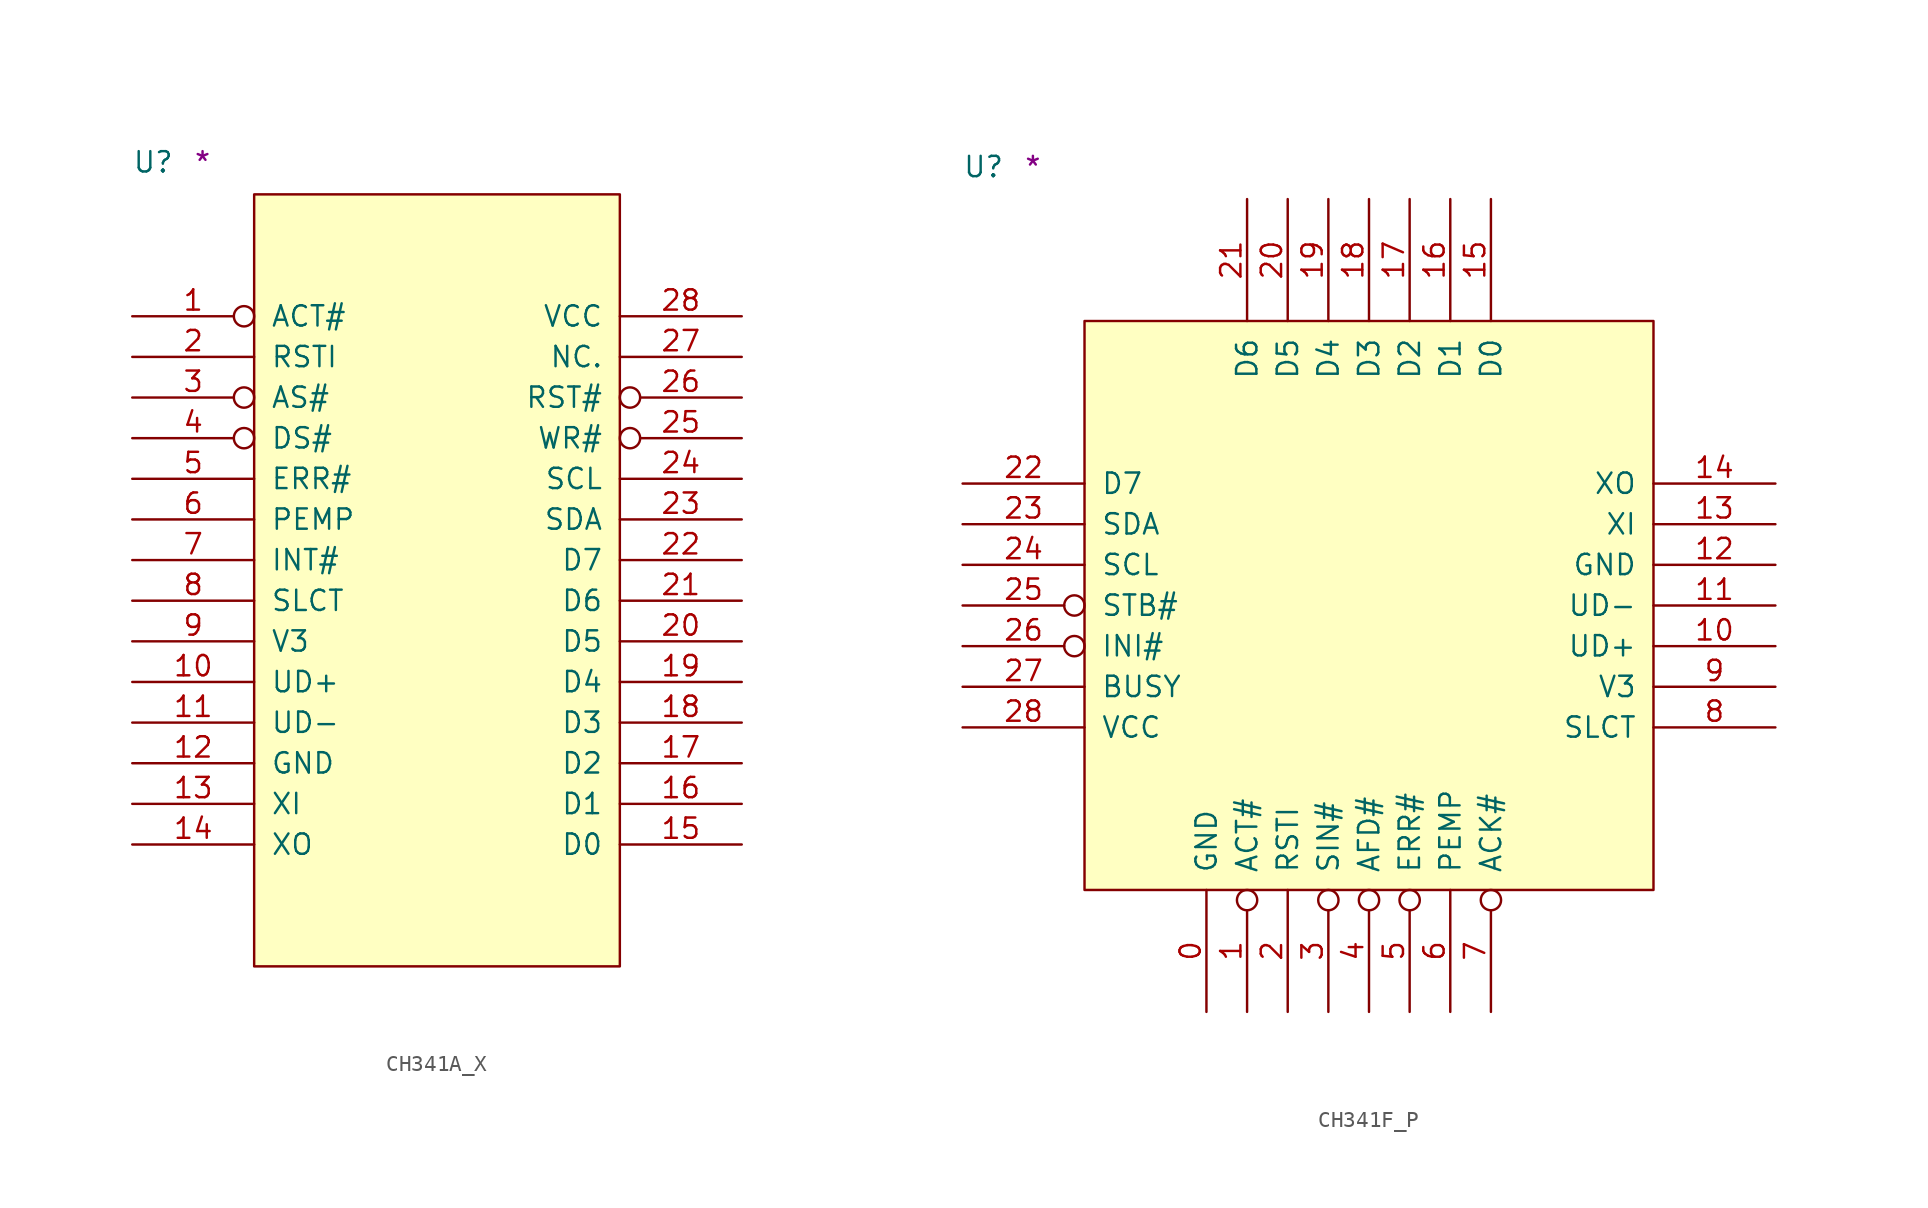
<source format=kicad_sym>
(kicad_symbol_lib
  (version 20211014)
  (generator kicad_symbol_editor)
  (symbol "CH341A_X"
    (pin_names
      (offset 1.016))
    (property "Reference" "U"
      (at -7.62 1.27 0)
      (effects (font (size 1.27 1.27)) (justify left bottom)))
    (property "Comment" "*"
      (at -3.81 1.27 0)
      (effects (font (size 1.27 1.27)) (justify left bottom)))
    (symbol "CH341A_X_1_1"
      (rectangle (start 0 -48.26) (end 22.86 0) (stroke (width 0) (type default) (color 0 0 0 0)) (fill (type background)))
      (pin bidirectional inverted (at -7.62 -7.62 0) (length 7.62) (name "ACT#" (effects (font (size 1.27 1.27)))) (number "1" (effects (font (size 1.27 1.27)))))
      (pin bidirectional line (at -7.62 -30.48 0) (length 7.62) (name "UD+" (effects (font (size 1.27 1.27)))) (number "10" (effects (font (size 1.27 1.27)))))
      (pin bidirectional line (at -7.62 -33.02 0) (length 7.62) (name "UD-" (effects (font (size 1.27 1.27)))) (number "11" (effects (font (size 1.27 1.27)))))
      (pin power_in line (at -7.62 -35.56 0) (length 7.62) (name "GND" (effects (font (size 1.27 1.27)))) (number "12" (effects (font (size 1.27 1.27)))))
      (pin input line (at -7.62 -38.1 0) (length 7.62) (name "XI" (effects (font (size 1.27 1.27)))) (number "13" (effects (font (size 1.27 1.27)))))
      (pin output line (at -7.62 -40.64 0) (length 7.62) (name "XO" (effects (font (size 1.27 1.27)))) (number "14" (effects (font (size 1.27 1.27)))))
      (pin bidirectional line (at 30.48 -40.64 180) (length 7.62) (name "D0" (effects (font (size 1.27 1.27)))) (number "15" (effects (font (size 1.27 1.27)))))
      (pin bidirectional line (at 30.48 -38.1 180) (length 7.62) (name "D1" (effects (font (size 1.27 1.27)))) (number "16" (effects (font (size 1.27 1.27)))))
      (pin bidirectional line (at 30.48 -35.56 180) (length 7.62) (name "D2" (effects (font (size 1.27 1.27)))) (number "17" (effects (font (size 1.27 1.27)))))
      (pin bidirectional line (at 30.48 -33.02 180) (length 7.62) (name "D3" (effects (font (size 1.27 1.27)))) (number "18" (effects (font (size 1.27 1.27)))))
      (pin bidirectional line (at 30.48 -30.48 180) (length 7.62) (name "D4" (effects (font (size 1.27 1.27)))) (number "19" (effects (font (size 1.27 1.27)))))
      (pin input line (at -7.62 -10.16 0) (length 7.62) (name "RSTI" (effects (font (size 1.27 1.27)))) (number "2" (effects (font (size 1.27 1.27)))))
      (pin bidirectional line (at 30.48 -27.94 180) (length 7.62) (name "D5" (effects (font (size 1.27 1.27)))) (number "20" (effects (font (size 1.27 1.27)))))
      (pin bidirectional line (at 30.48 -25.4 180) (length 7.62) (name "D6" (effects (font (size 1.27 1.27)))) (number "21" (effects (font (size 1.27 1.27)))))
      (pin bidirectional line (at 30.48 -22.86 180) (length 7.62) (name "D7" (effects (font (size 1.27 1.27)))) (number "22" (effects (font (size 1.27 1.27)))))
      (pin bidirectional line (at 30.48 -20.32 180) (length 7.62) (name "SDA" (effects (font (size 1.27 1.27)))) (number "23" (effects (font (size 1.27 1.27)))))
      (pin bidirectional line (at 30.48 -17.78 180) (length 7.62) (name "SCL" (effects (font (size 1.27 1.27)))) (number "24" (effects (font (size 1.27 1.27)))))
      (pin output inverted (at 30.48 -15.24 180) (length 7.62) (name "WR#" (effects (font (size 1.27 1.27)))) (number "25" (effects (font (size 1.27 1.27)))))
      (pin output inverted (at 30.48 -12.7 180) (length 7.62) (name "RST#" (effects (font (size 1.27 1.27)))) (number "26" (effects (font (size 1.27 1.27)))))
      (pin passive line (at 30.48 -10.16 180) (length 7.62) (name "NC." (effects (font (size 1.27 1.27)))) (number "27" (effects (font (size 1.27 1.27)))))
      (pin power_in line (at 30.48 -7.62 180) (length 7.62) (name "VCC" (effects (font (size 1.27 1.27)))) (number "28" (effects (font (size 1.27 1.27)))))
      (pin output inverted (at -7.62 -12.7 0) (length 7.62) (name "AS#" (effects (font (size 1.27 1.27)))) (number "3" (effects (font (size 1.27 1.27)))))
      (pin output inverted (at -7.62 -15.24 0) (length 7.62) (name "DS#" (effects (font (size 1.27 1.27)))) (number "4" (effects (font (size 1.27 1.27)))))
      (pin input line (at -7.62 -17.78 0) (length 7.62) (name "ERR#" (effects (font (size 1.27 1.27)))) (number "5" (effects (font (size 1.27 1.27)))))
      (pin input line (at -7.62 -20.32 0) (length 7.62) (name "PEMP" (effects (font (size 1.27 1.27)))) (number "6" (effects (font (size 1.27 1.27)))))
      (pin input line (at -7.62 -22.86 0) (length 7.62) (name "INT#" (effects (font (size 1.27 1.27)))) (number "7" (effects (font (size 1.27 1.27)))))
      (pin input line (at -7.62 -25.4 0) (length 7.62) (name "SLCT" (effects (font (size 1.27 1.27)))) (number "8" (effects (font (size 1.27 1.27)))))
      (pin power_in line (at -7.62 -27.94 0) (length 7.62) (name "V3" (effects (font (size 1.27 1.27)))) (number "9" (effects (font (size 1.27 1.27)))))))
  (symbol "CH341F_P"
    (pin_names
      (offset 1.016))
    (property "Reference" "U"
      (at -7.62 8.89 0)
      (effects (font (size 1.27 1.27)) (justify left bottom)))
    (property "Comment" "*"
      (at -3.81 8.89 0)
      (effects (font (size 1.27 1.27)) (justify left bottom)))
    (symbol "CH341F_P_1_1"
      (rectangle (start 0 -35.56) (end 35.56 0) (stroke (width 0) (type default) (color 0 0 0 0)) (fill (type background)))
      (pin power_in line (at 7.62 -43.18 90) (length 7.62) (name "GND" (effects (font (size 1.27 1.27)))) (number "0" (effects (font (size 1.27 1.27)))))
      (pin bidirectional inverted (at 10.16 -43.18 90) (length 7.62) (name "ACT#" (effects (font (size 1.27 1.27)))) (number "1" (effects (font (size 1.27 1.27)))))
      (pin bidirectional line (at 43.18 -20.32 180) (length 7.62) (name "UD+" (effects (font (size 1.27 1.27)))) (number "10" (effects (font (size 1.27 1.27)))))
      (pin bidirectional line (at 43.18 -17.78 180) (length 7.62) (name "UD-" (effects (font (size 1.27 1.27)))) (number "11" (effects (font (size 1.27 1.27)))))
      (pin power_in line (at 43.18 -15.24 180) (length 7.62) (name "GND" (effects (font (size 1.27 1.27)))) (number "12" (effects (font (size 1.27 1.27)))))
      (pin input line (at 43.18 -12.7 180) (length 7.62) (name "XI" (effects (font (size 1.27 1.27)))) (number "13" (effects (font (size 1.27 1.27)))))
      (pin output line (at 43.18 -10.16 180) (length 7.62) (name "XO" (effects (font (size 1.27 1.27)))) (number "14" (effects (font (size 1.27 1.27)))))
      (pin bidirectional line (at 25.4 7.62 270) (length 7.62) (name "D0" (effects (font (size 1.27 1.27)))) (number "15" (effects (font (size 1.27 1.27)))))
      (pin bidirectional line (at 22.86 7.62 270) (length 7.62) (name "D1" (effects (font (size 1.27 1.27)))) (number "16" (effects (font (size 1.27 1.27)))))
      (pin bidirectional line (at 20.32 7.62 270) (length 7.62) (name "D2" (effects (font (size 1.27 1.27)))) (number "17" (effects (font (size 1.27 1.27)))))
      (pin bidirectional line (at 17.78 7.62 270) (length 7.62) (name "D3" (effects (font (size 1.27 1.27)))) (number "18" (effects (font (size 1.27 1.27)))))
      (pin bidirectional line (at 15.24 7.62 270) (length 7.62) (name "D4" (effects (font (size 1.27 1.27)))) (number "19" (effects (font (size 1.27 1.27)))))
      (pin input line (at 12.7 -43.18 90) (length 7.62) (name "RSTI" (effects (font (size 1.27 1.27)))) (number "2" (effects (font (size 1.27 1.27)))))
      (pin bidirectional line (at 12.7 7.62 270) (length 7.62) (name "D5" (effects (font (size 1.27 1.27)))) (number "20" (effects (font (size 1.27 1.27)))))
      (pin bidirectional line (at 10.16 7.62 270) (length 7.62) (name "D6" (effects (font (size 1.27 1.27)))) (number "21" (effects (font (size 1.27 1.27)))))
      (pin bidirectional line (at -7.62 -10.16 0) (length 7.62) (name "D7" (effects (font (size 1.27 1.27)))) (number "22" (effects (font (size 1.27 1.27)))))
      (pin bidirectional line (at -7.62 -12.7 0) (length 7.62) (name "SDA" (effects (font (size 1.27 1.27)))) (number "23" (effects (font (size 1.27 1.27)))))
      (pin bidirectional line (at -7.62 -15.24 0) (length 7.62) (name "SCL" (effects (font (size 1.27 1.27)))) (number "24" (effects (font (size 1.27 1.27)))))
      (pin output inverted (at -7.62 -17.78 0) (length 7.62) (name "STB#" (effects (font (size 1.27 1.27)))) (number "25" (effects (font (size 1.27 1.27)))))
      (pin output inverted (at -7.62 -20.32 0) (length 7.62) (name "INI#" (effects (font (size 1.27 1.27)))) (number "26" (effects (font (size 1.27 1.27)))))
      (pin input line (at -7.62 -22.86 0) (length 7.62) (name "BUSY" (effects (font (size 1.27 1.27)))) (number "27" (effects (font (size 1.27 1.27)))))
      (pin power_in line (at -7.62 -25.4 0) (length 7.62) (name "VCC" (effects (font (size 1.27 1.27)))) (number "28" (effects (font (size 1.27 1.27)))))
      (pin output inverted (at 15.24 -43.18 90) (length 7.62) (name "SIN#" (effects (font (size 1.27 1.27)))) (number "3" (effects (font (size 1.27 1.27)))))
      (pin output inverted (at 17.78 -43.18 90) (length 7.62) (name "AFD#" (effects (font (size 1.27 1.27)))) (number "4" (effects (font (size 1.27 1.27)))))
      (pin input inverted (at 20.32 -43.18 90) (length 7.62) (name "ERR#" (effects (font (size 1.27 1.27)))) (number "5" (effects (font (size 1.27 1.27)))))
      (pin input line (at 22.86 -43.18 90) (length 7.62) (name "PEMP" (effects (font (size 1.27 1.27)))) (number "6" (effects (font (size 1.27 1.27)))))
      (pin input inverted (at 25.4 -43.18 90) (length 7.62) (name "ACK#" (effects (font (size 1.27 1.27)))) (number "7" (effects (font (size 1.27 1.27)))))
      (pin input line (at 43.18 -25.4 180) (length 7.62) (name "SLCT" (effects (font (size 1.27 1.27)))) (number "8" (effects (font (size 1.27 1.27)))))
      (pin power_in line (at 43.18 -22.86 180) (length 7.62) (name "V3" (effects (font (size 1.27 1.27)))) (number "9" (effects (font (size 1.27 1.27))))))))
</source>
